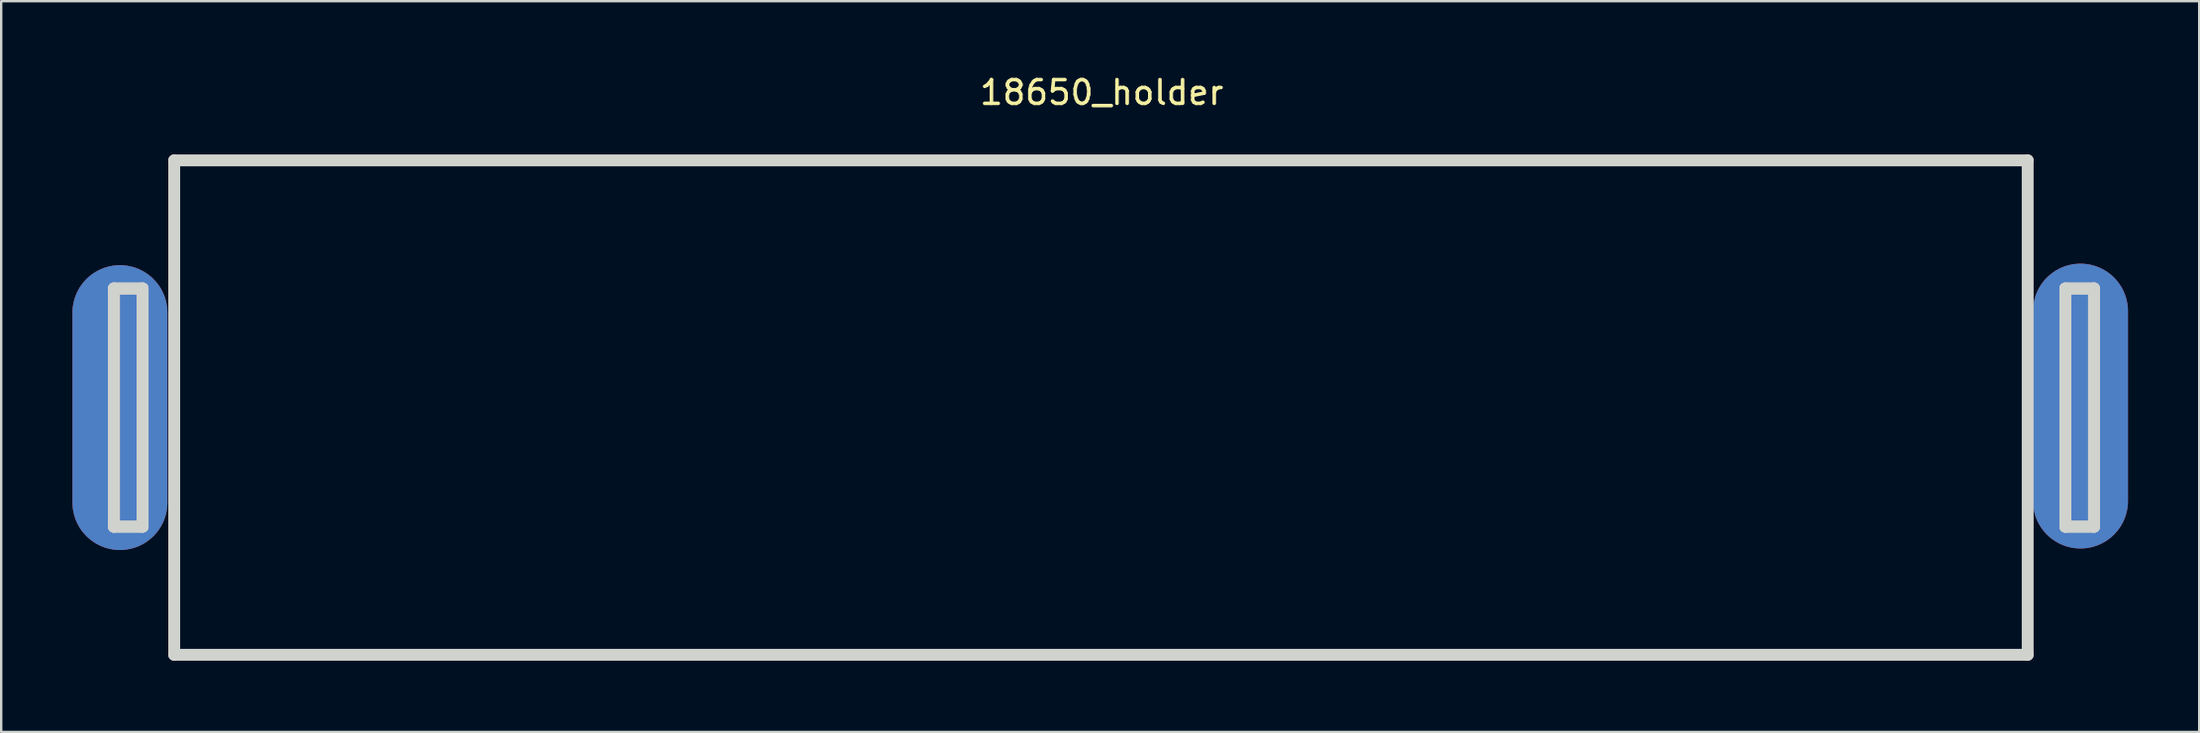
<source format=kicad_pcb>
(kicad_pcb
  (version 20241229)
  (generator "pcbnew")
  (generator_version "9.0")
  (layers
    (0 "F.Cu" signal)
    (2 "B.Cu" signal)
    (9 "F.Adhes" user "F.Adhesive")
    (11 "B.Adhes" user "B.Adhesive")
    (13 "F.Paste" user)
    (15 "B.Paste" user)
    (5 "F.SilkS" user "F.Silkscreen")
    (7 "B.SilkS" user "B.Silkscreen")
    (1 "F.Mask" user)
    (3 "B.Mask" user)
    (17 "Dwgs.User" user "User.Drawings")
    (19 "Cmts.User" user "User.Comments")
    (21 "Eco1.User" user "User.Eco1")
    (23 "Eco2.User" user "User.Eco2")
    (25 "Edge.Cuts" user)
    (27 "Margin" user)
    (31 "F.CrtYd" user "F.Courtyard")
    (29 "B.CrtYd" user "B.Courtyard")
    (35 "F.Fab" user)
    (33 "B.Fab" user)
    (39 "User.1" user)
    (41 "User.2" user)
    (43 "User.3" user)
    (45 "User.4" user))
  (footprint "18650_holder"
    (layer "F.Cu")
    (at 43.339 3.134)
    (property "Reference" "18650_holder" (at 0 -2.286 0) (layer "F.SilkS") (effects (font (size 1 1) (thickness 0.15))))
    (attr through_hole)
    (fp_line (start -41.593 5.969) (end -40.386 5.969) (stroke (width 0.5) (type solid)) (layer "Edge.Cuts"))
    (fp_line (start -41.593 5.969) (end -40.386 5.969) (stroke (width 0.5) (type solid)) (layer "Edge.Cuts"))
    (fp_line (start -41.593 16.002) (end -41.593 5.969) (stroke (width 0.5) (type solid)) (layer "Edge.Cuts"))
    (fp_line (start -41.593 16.002) (end -41.593 5.969) (stroke (width 0.5) (type solid)) (layer "Edge.Cuts"))
    (fp_line (start -40.386 5.969) (end -40.386 16.002) (stroke (width 0.5) (type solid)) (layer "Edge.Cuts"))
    (fp_line (start -40.386 5.969) (end -40.386 16.002) (stroke (width 0.5) (type solid)) (layer "Edge.Cuts"))
    (fp_line (start -40.386 16.002) (end -41.593 16.002) (stroke (width 0.5) (type solid)) (layer "Edge.Cuts"))
    (fp_line (start -40.386 16.002) (end -41.593 16.002) (stroke (width 0.5) (type solid)) (layer "Edge.Cuts"))
    (fp_line (start -39.053 0.572) (end 38.989 0.572) (stroke (width 0.5) (type solid)) (layer "Edge.Cuts"))
    (fp_line (start -39.053 21.399) (end -39.053 0.572) (stroke (width 0.5) (type solid)) (layer "Edge.Cuts"))
    (fp_line (start 38.989 0.572) (end 38.989 21.399) (stroke (width 0.5) (type solid)) (layer "Edge.Cuts"))
    (fp_line (start 38.989 21.399) (end -39.053 21.399) (stroke (width 0.5) (type solid)) (layer "Edge.Cuts"))
    (fp_line (start 40.577 5.969) (end 41.783 5.969) (stroke (width 0.5) (type solid)) (layer "Edge.Cuts"))
    (fp_line (start 40.577 5.969) (end 41.783 5.969) (stroke (width 0.5) (type solid)) (layer "Edge.Cuts"))
    (fp_line (start 40.577 16.002) (end 40.577 5.969) (stroke (width 0.5) (type solid)) (layer "Edge.Cuts"))
    (fp_line (start 40.577 16.002) (end 40.577 5.969) (stroke (width 0.5) (type solid)) (layer "Edge.Cuts"))
    (fp_line (start 41.783 5.969) (end 41.783 16.002) (stroke (width 0.5) (type solid)) (layer "Edge.Cuts"))
    (fp_line (start 41.783 5.969) (end 41.783 16.002) (stroke (width 0.5) (type solid)) (layer "Edge.Cuts"))
    (fp_line (start 41.783 16.002) (end 40.577 16.002) (stroke (width 0.5) (type solid)) (layer "Edge.Cuts"))
    (fp_line (start 41.783 16.002) (end 40.577 16.002) (stroke (width 0.5) (type solid)) (layer "Edge.Cuts"))
    (pad "1" smd oval (at 41.212 10.922) (size 4 12) (layers "F.Cu" "F.Mask" "F.Paste"))
    (pad "1" smd oval (at 41.212 10.922) (size 4 12) (layers "B.Cu" "B.Mask" "B.Paste"))
    (pad "2" smd oval (at -41.339 10.986) (size 4 12) (layers "*.Mask" "F.Cu" "F.Paste"))
    (pad "2" smd oval (at -41.339 10.986) (size 4 12) (layers "B.Cu" "B.Mask" "B.Paste")))
  (gr_rect
    (start -3 -3)
    (end 89.55 27.784)
    (stroke (width 0.1) (type default))
    (fill no)
    (layer "Edge.Cuts")))
</source>
